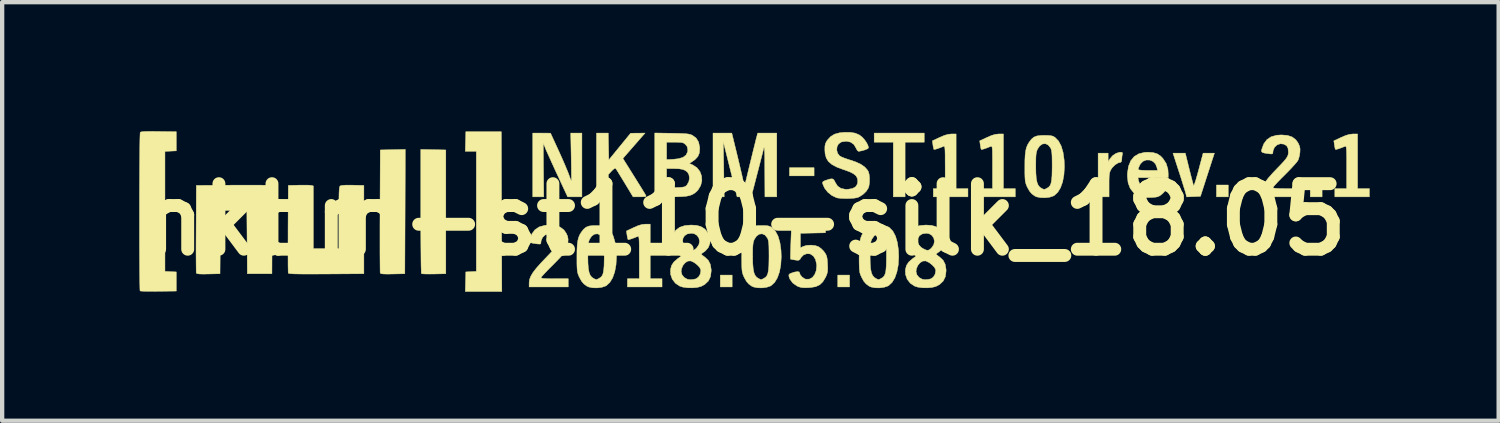
<source format=kicad_pcb>
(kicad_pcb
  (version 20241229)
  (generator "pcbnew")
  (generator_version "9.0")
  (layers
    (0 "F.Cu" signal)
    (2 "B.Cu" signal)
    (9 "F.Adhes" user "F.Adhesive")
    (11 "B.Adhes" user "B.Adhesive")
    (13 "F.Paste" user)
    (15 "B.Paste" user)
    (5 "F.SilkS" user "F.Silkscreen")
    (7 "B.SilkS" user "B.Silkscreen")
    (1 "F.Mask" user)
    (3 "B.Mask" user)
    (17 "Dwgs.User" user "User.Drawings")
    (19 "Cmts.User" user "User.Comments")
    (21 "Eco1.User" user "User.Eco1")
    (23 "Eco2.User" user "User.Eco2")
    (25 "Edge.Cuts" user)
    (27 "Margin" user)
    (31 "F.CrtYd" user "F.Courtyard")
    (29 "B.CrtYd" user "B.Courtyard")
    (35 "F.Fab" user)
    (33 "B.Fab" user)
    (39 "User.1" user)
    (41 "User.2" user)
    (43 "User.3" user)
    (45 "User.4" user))
  (footprint "nkbm-st110-silk_18.05"
    (layer "F.Cu")
    (at 14.268 2.055)
    (property "Reference" "nkbm-st110-silk_18.05" (at 0 0 0) (layer "F.SilkS") (effects (font (size 1.524 1.524) (thickness 0.3))))
    (attr through_hole)
    (fp_poly (pts (xy -0.296 1.566) (xy -0.572 1.566) (xy -0.572 1.291) (xy -0.296 1.291) (xy -0.296 1.566)) (stroke (width 0.01) (type solid)) (fill yes) (layer "F.SilkS"))
    (fp_poly (pts (xy 1.609 -1.016) (xy 1.037 -1.016) (xy 1.037 -1.206) (xy 1.609 -1.206) (xy 1.609 -1.016)) (stroke (width 0.01) (type solid)) (fill yes) (layer "F.SilkS"))
    (fp_poly (pts (xy 2.434 1.566) (xy 2.159 1.566) (xy 2.159 1.291) (xy 2.434 1.291) (xy 2.434 1.566)) (stroke (width 0.01) (type solid)) (fill yes) (layer "F.SilkS"))
    (fp_poly (pts (xy 11.239 -0.529) (xy 10.964 -0.529) (xy 10.964 -0.804) (xy 11.239 -0.804) (xy 11.239 -0.529)) (stroke (width 0.01) (type solid)) (fill yes) (layer "F.SilkS"))
    (fp_poly (pts (xy 13.42 -0.529) (xy 13.145 -0.529) (xy 13.145 -0.804) (xy 13.42 -0.804) (xy 13.42 -0.529)) (stroke (width 0.01) (type solid)) (fill yes) (layer "F.SilkS"))
    (fp_poly (pts (xy 4.17 -1.799) (xy 3.725 -1.799) (xy 3.725 -0.529) (xy 3.45 -0.529) (xy 3.45 -1.799) (xy 3.006 -1.799) (xy 3.006 -2.011) (xy 4.17 -2.011) (xy 4.17 -1.799)) (stroke (width 0.01) (type solid)) (fill yes) (layer "F.SilkS"))
    (fp_poly (pts (xy -5.657 -0.185) (xy -5.651 1.672) (xy -6.5 1.672) (xy -6.494 1.445) (xy -6.488 1.217) (xy -6.366 1.211) (xy -6.244 1.204) (xy -6.244 -1.587) (xy -6.5 -1.587) (xy -6.494 -1.815) (xy -6.488 -2.043) (xy -5.662 -2.043) (xy -5.657 -0.185)) (stroke (width 0.01) (type solid)) (fill yes) (layer "F.SilkS"))
    (fp_poly (pts (xy -6.953 -1.619) (xy -6.953 1.259) (xy -7.23 1.265) (xy -7.334 1.266) (xy -7.422 1.265) (xy -7.487 1.262) (xy -7.519 1.257) (xy -7.521 1.256) (xy -7.523 1.233) (xy -7.525 1.171) (xy -7.528 1.074) (xy -7.53 0.945) (xy -7.531 0.787) (xy -7.533 0.605) (xy -7.534 0.401) (xy -7.535 0.179) (xy -7.535 -0.057) (xy -7.535 -0.195) (xy -7.535 -1.631) (xy -6.953 -1.619)) (stroke (width 0.01) (type solid)) (fill yes) (layer "F.SilkS"))
    (fp_poly (pts (xy -7.9 -0.186) (xy -7.906 1.259) (xy -8.187 1.265) (xy -8.308 1.267) (xy -8.393 1.265) (xy -8.446 1.26) (xy -8.473 1.25) (xy -8.478 1.244) (xy -8.48 1.219) (xy -8.481 1.155) (xy -8.482 1.056) (xy -8.483 0.925) (xy -8.484 0.765) (xy -8.484 0.582) (xy -8.484 0.377) (xy -8.484 0.155) (xy -8.483 -0.081) (xy -8.483 -0.201) (xy -8.477 -1.619) (xy -8.186 -1.625) (xy -7.895 -1.631) (xy -7.9 -0.186)) (stroke (width 0.01) (type solid)) (fill yes) (layer "F.SilkS"))
    (fp_poly (pts (xy 10.33 -1.18) (xy 10.36 -1.06) (xy 10.387 -0.954) (xy 10.41 -0.869) (xy 10.426 -0.811) (xy 10.433 -0.789) (xy 10.442 -0.8) (xy 10.46 -0.847) (xy 10.485 -0.923) (xy 10.514 -1.023) (xy 10.547 -1.141) (xy 10.55 -1.154) (xy 10.654 -1.545) (xy 10.917 -1.545) (xy 10.754 -1.042) (xy 10.592 -0.54) (xy 10.431 -0.534) (xy 10.271 -0.527) (xy 10.248 -0.618) (xy 10.234 -0.666) (xy 10.209 -0.746) (xy 10.176 -0.851) (xy 10.138 -0.974) (xy 10.096 -1.105) (xy 10.088 -1.127) (xy 9.953 -1.545) (xy 10.24 -1.545) (xy 10.33 -1.18)) (stroke (width 0.01) (type solid)) (fill yes) (layer "F.SilkS"))
    (fp_poly (pts (xy -2.201 1.376) (xy -1.926 1.376) (xy -1.926 1.566) (xy -2.731 1.566) (xy -2.731 1.376) (xy -2.455 1.376) (xy -2.455 0.876) (xy -2.456 0.718) (xy -2.456 0.598) (xy -2.458 0.51) (xy -2.461 0.45) (xy -2.466 0.413) (xy -2.473 0.395) (xy -2.482 0.39) (xy -2.492 0.392) (xy -2.577 0.426) (xy -2.649 0.452) (xy -2.699 0.465) (xy -2.717 0.465) (xy -2.725 0.44) (xy -2.736 0.388) (xy -2.74 0.36) (xy -2.753 0.265) (xy -2.584 0.185) (xy -2.477 0.139) (xy -2.391 0.114) (xy -2.314 0.106) (xy -2.308 0.106) (xy -2.201 0.106) (xy -2.201 1.376)) (stroke (width 0.01) (type solid)) (fill yes) (layer "F.SilkS"))
    (fp_poly (pts (xy 4.911 -0.72) (xy 5.186 -0.72) (xy 5.186 -0.529) (xy 4.381 -0.529) (xy 4.381 -0.72) (xy 4.657 -0.72) (xy 4.657 -1.219) (xy 4.656 -1.377) (xy 4.656 -1.498) (xy 4.654 -1.586) (xy 4.651 -1.645) (xy 4.646 -1.682) (xy 4.639 -1.701) (xy 4.63 -1.706) (xy 4.62 -1.703) (xy 4.535 -1.669) (xy 4.463 -1.644) (xy 4.413 -1.63) (xy 4.395 -1.63) (xy 4.387 -1.656) (xy 4.376 -1.708) (xy 4.372 -1.736) (xy 4.359 -1.831) (xy 4.528 -1.91) (xy 4.635 -1.956) (xy 4.721 -1.981) (xy 4.798 -1.99) (xy 4.804 -1.99) (xy 4.911 -1.99) (xy 4.911 -0.72)) (stroke (width 0.01) (type solid)) (fill yes) (layer "F.SilkS"))
    (fp_poly (pts (xy 6.011 -0.72) (xy 6.287 -0.72) (xy 6.287 -0.529) (xy 5.482 -0.529) (xy 5.482 -0.72) (xy 5.757 -0.72) (xy 5.757 -1.219) (xy 5.757 -1.377) (xy 5.756 -1.498) (xy 5.755 -1.586) (xy 5.752 -1.645) (xy 5.747 -1.682) (xy 5.74 -1.701) (xy 5.731 -1.706) (xy 5.72 -1.703) (xy 5.635 -1.669) (xy 5.564 -1.644) (xy 5.514 -1.63) (xy 5.496 -1.63) (xy 5.487 -1.656) (xy 5.477 -1.708) (xy 5.473 -1.736) (xy 5.459 -1.831) (xy 5.629 -1.91) (xy 5.736 -1.956) (xy 5.822 -1.981) (xy 5.899 -1.99) (xy 5.904 -1.99) (xy 6.011 -1.99) (xy 6.011 -0.72)) (stroke (width 0.01) (type solid)) (fill yes) (layer "F.SilkS"))
    (fp_poly (pts (xy 8.771 -1.562) (xy 8.781 -1.541) (xy 8.776 -1.519) (xy 8.767 -1.462) (xy 8.763 -1.402) (xy 8.757 -1.355) (xy 8.742 -1.334) (xy 8.74 -1.333) (xy 8.677 -1.317) (xy 8.607 -1.273) (xy 8.545 -1.212) (xy 8.519 -1.175) (xy 8.497 -1.136) (xy 8.483 -1.097) (xy 8.474 -1.05) (xy 8.469 -0.986) (xy 8.467 -0.895) (xy 8.467 -0.808) (xy 8.467 -0.529) (xy 8.213 -0.529) (xy 8.213 -1.545) (xy 8.445 -1.545) (xy 8.446 -1.445) (xy 8.446 -1.344) (xy 8.488 -1.413) (xy 8.549 -1.485) (xy 8.629 -1.539) (xy 8.711 -1.565) (xy 8.728 -1.566) (xy 8.771 -1.562)) (stroke (width 0.01) (type solid)) (fill yes) (layer "F.SilkS"))
    (fp_poly (pts (xy 14.245 -0.72) (xy 14.52 -0.72) (xy 14.52 -0.529) (xy 13.716 -0.529) (xy 13.716 -0.72) (xy 13.991 -0.72) (xy 13.991 -1.219) (xy 13.991 -1.377) (xy 13.99 -1.498) (xy 13.988 -1.586) (xy 13.985 -1.645) (xy 13.981 -1.682) (xy 13.974 -1.701) (xy 13.964 -1.706) (xy 13.954 -1.703) (xy 13.869 -1.669) (xy 13.797 -1.644) (xy 13.748 -1.63) (xy 13.73 -1.63) (xy 13.721 -1.656) (xy 13.711 -1.708) (xy 13.707 -1.736) (xy 13.693 -1.831) (xy 13.862 -1.91) (xy 13.97 -1.956) (xy 14.056 -1.981) (xy 14.133 -1.99) (xy 14.138 -1.99) (xy 14.245 -1.99) (xy 14.245 -0.72)) (stroke (width 0.01) (type solid)) (fill yes) (layer "F.SilkS"))
    (fp_poly (pts (xy -11.4 -0.801) (xy -11.265 -0.8) (xy -11.156 -0.799) (xy -11.078 -0.797) (xy -11.037 -0.795) (xy -11.033 -0.794) (xy -10.985 -0.782) (xy -10.991 0.239) (xy -10.996 1.259) (xy -11.568 1.259) (xy -11.573 0.524) (xy -11.579 -0.212) (xy -12.191 -0.212) (xy -12.197 0.524) (xy -12.203 1.259) (xy -12.473 1.265) (xy -12.592 1.267) (xy -12.674 1.265) (xy -12.725 1.259) (xy -12.75 1.249) (xy -12.754 1.244) (xy -12.756 1.218) (xy -12.757 1.154) (xy -12.758 1.056) (xy -12.759 0.929) (xy -12.76 0.776) (xy -12.76 0.602) (xy -12.759 0.411) (xy -12.758 0.212) (xy -12.753 -0.794) (xy -11.917 -0.8) (xy -11.731 -0.801) (xy -11.557 -0.801) (xy -11.4 -0.801)) (stroke (width 0.01) (type solid)) (fill yes) (layer "F.SilkS"))
    (fp_poly (pts (xy -3.17 -1.699) (xy -3.164 -1.387) (xy -2.656 -2.008) (xy -2.321 -2.011) (xy -2.363 -1.963) (xy -2.391 -1.931) (xy -2.441 -1.874) (xy -2.507 -1.798) (xy -2.583 -1.711) (xy -2.621 -1.668) (xy -2.836 -1.421) (xy -2.582 -1.016) (xy -2.508 -0.897) (xy -2.44 -0.788) (xy -2.382 -0.695) (xy -2.338 -0.623) (xy -2.312 -0.579) (xy -2.306 -0.57) (xy -2.298 -0.549) (xy -2.305 -0.537) (xy -2.336 -0.531) (xy -2.399 -0.529) (xy -2.442 -0.529) (xy -2.6 -0.529) (xy -2.795 -0.852) (xy -2.859 -0.957) (xy -2.916 -1.05) (xy -2.962 -1.125) (xy -2.994 -1.174) (xy -3.007 -1.193) (xy -3.028 -1.189) (xy -3.067 -1.16) (xy -3.098 -1.129) (xy -3.174 -1.048) (xy -3.174 -0.788) (xy -3.175 -0.529) (xy -3.45 -0.529) (xy -3.45 -2.011) (xy -3.176 -2.011) (xy -3.17 -1.699)) (stroke (width 0.01) (type solid)) (fill yes) (layer "F.SilkS"))
    (fp_poly (pts (xy -3.789 -0.529) (xy -4.121 -0.529) (xy -4.35 -1.021) (xy -4.416 -1.163) (xy -4.478 -1.299) (xy -4.534 -1.423) (xy -4.581 -1.527) (xy -4.616 -1.605) (xy -4.631 -1.64) (xy -4.657 -1.706) (xy -4.677 -1.753) (xy -4.685 -1.771) (xy -4.686 -1.752) (xy -4.686 -1.695) (xy -4.686 -1.607) (xy -4.685 -1.491) (xy -4.684 -1.355) (xy -4.683 -1.201) (xy -4.682 -1.152) (xy -4.676 -0.529) (xy -4.932 -0.529) (xy -4.932 -2.011) (xy -4.519 -2.01) (xy -4.341 -1.624) (xy -4.281 -1.492) (xy -4.223 -1.361) (xy -4.171 -1.24) (xy -4.129 -1.139) (xy -4.101 -1.069) (xy -4.073 -0.992) (xy -4.05 -0.931) (xy -4.036 -0.898) (xy -4.034 -0.894) (xy -4.033 -0.913) (xy -4.032 -0.968) (xy -4.033 -1.055) (xy -4.034 -1.168) (xy -4.036 -1.302) (xy -4.038 -1.449) (xy -4.049 -2.011) (xy -3.789 -2.011) (xy -3.789 -0.529)) (stroke (width 0.01) (type solid)) (fill yes) (layer "F.SilkS"))
    (fp_poly (pts (xy -10.18 -0.801) (xy -10.112 -0.798) (xy -10.081 -0.794) (xy -10.033 -0.782) (xy -10.033 0.677) (xy -9.44 0.677) (xy -9.44 -0.04) (xy -9.44 -0.239) (xy -9.439 -0.4) (xy -9.437 -0.527) (xy -9.435 -0.623) (xy -9.431 -0.693) (xy -9.426 -0.739) (xy -9.419 -0.768) (xy -9.411 -0.781) (xy -9.373 -0.793) (xy -9.293 -0.8) (xy -9.171 -0.801) (xy -9.12 -0.8) (xy -8.858 -0.794) (xy -8.858 1.259) (xy -9.732 1.265) (xy -9.957 1.266) (xy -10.142 1.266) (xy -10.292 1.266) (xy -10.408 1.264) (xy -10.496 1.262) (xy -10.557 1.258) (xy -10.595 1.253) (xy -10.613 1.247) (xy -10.616 1.244) (xy -10.618 1.218) (xy -10.619 1.154) (xy -10.621 1.056) (xy -10.621 0.928) (xy -10.622 0.776) (xy -10.622 0.602) (xy -10.621 0.411) (xy -10.621 0.212) (xy -10.615 -0.794) (xy -10.372 -0.8) (xy -10.27 -0.801) (xy -10.18 -0.801)) (stroke (width 0.01) (type solid)) (fill yes) (layer "F.SilkS"))
    (fp_poly (pts (xy -13.713 -2.049) (xy -13.63 -2.048) (xy -13.219 -2.043) (xy -13.219 -1.598) (xy -13.351 -1.592) (xy -13.483 -1.585) (xy -13.483 1.204) (xy -13.351 1.211) (xy -13.219 1.217) (xy -13.219 1.662) (xy -13.633 1.667) (xy -13.761 1.668) (xy -13.875 1.668) (xy -13.967 1.666) (xy -14.031 1.663) (xy -14.06 1.659) (xy -14.061 1.658) (xy -14.064 1.635) (xy -14.066 1.573) (xy -14.068 1.477) (xy -14.07 1.349) (xy -14.072 1.193) (xy -14.073 1.015) (xy -14.074 0.816) (xy -14.075 0.601) (xy -14.075 0.373) (xy -14.075 0.137) (xy -14.075 -0.104) (xy -14.075 -0.346) (xy -14.075 -0.586) (xy -14.074 -0.82) (xy -14.073 -1.044) (xy -14.072 -1.254) (xy -14.07 -1.446) (xy -14.069 -1.617) (xy -14.067 -1.764) (xy -14.065 -1.882) (xy -14.062 -1.967) (xy -14.06 -2.016) (xy -14.058 -2.027) (xy -14.042 -2.037) (xy -14.003 -2.044) (xy -13.939 -2.048) (xy -13.843 -2.05) (xy -13.713 -2.049)) (stroke (width 0.01) (type solid)) (fill yes) (layer "F.SilkS"))
    (fp_poly (pts (xy -0.194 -1.561) (xy -0.159 -1.416) (xy -0.125 -1.273) (xy -0.094 -1.141) (xy -0.068 -1.03) (xy -0.05 -0.949) (xy -0.047 -0.938) (xy -0.01 -0.764) (xy 0.122 -1.309) (xy 0.159 -1.459) (xy 0.193 -1.599) (xy 0.224 -1.723) (xy 0.249 -1.825) (xy 0.267 -1.897) (xy 0.277 -1.932) (xy 0.298 -2.011) (xy 0.741 -2.011) (xy 0.741 -0.529) (xy 0.466 -0.529) (xy 0.463 -1.138) (xy 0.462 -1.319) (xy 0.461 -1.461) (xy 0.458 -1.565) (xy 0.455 -1.634) (xy 0.45 -1.669) (xy 0.445 -1.674) (xy 0.44 -1.662) (xy 0.426 -1.607) (xy 0.405 -1.523) (xy 0.377 -1.416) (xy 0.346 -1.294) (xy 0.312 -1.162) (xy 0.277 -1.029) (xy 0.244 -0.901) (xy 0.214 -0.784) (xy 0.188 -0.686) (xy 0.169 -0.612) (xy 0.158 -0.571) (xy 0.156 -0.566) (xy 0.144 -0.547) (xy 0.116 -0.536) (xy 0.063 -0.53) (xy -0.018 -0.529) (xy -0.181 -0.529) (xy -0.341 -1.169) (xy -0.501 -1.81) (xy -0.491 -1.169) (xy -0.481 -0.529) (xy -0.741 -0.529) (xy -0.741 -2.011) (xy -0.304 -2.011) (xy -0.194 -1.561)) (stroke (width 0.01) (type solid)) (fill yes) (layer "F.SilkS"))
    (fp_poly (pts (xy -4.403 0.139) (xy -4.293 0.176) (xy -4.208 0.24) (xy -4.153 0.319) (xy -4.122 0.388) (xy -4.11 0.454) (xy -4.113 0.531) (xy -4.125 0.612) (xy -4.146 0.688) (xy -4.159 0.72) (xy -4.186 0.757) (xy -4.238 0.818) (xy -4.308 0.895) (xy -4.392 0.982) (xy -4.468 1.059) (xy -4.556 1.146) (xy -4.632 1.225) (xy -4.691 1.288) (xy -4.729 1.333) (xy -4.741 1.352) (xy -4.725 1.362) (xy -4.673 1.37) (xy -4.585 1.374) (xy -4.457 1.376) (xy -4.424 1.376) (xy -4.106 1.376) (xy -4.106 1.566) (xy -5.016 1.566) (xy -5.016 1.464) (xy -5.007 1.394) (xy -4.978 1.318) (xy -4.927 1.231) (xy -4.849 1.13) (xy -4.743 1.011) (xy -4.647 0.91) (xy -4.551 0.81) (xy -4.481 0.734) (xy -4.433 0.676) (xy -4.404 0.629) (xy -4.388 0.587) (xy -4.382 0.545) (xy -4.381 0.523) (xy -4.391 0.436) (xy -4.423 0.379) (xy -4.483 0.343) (xy -4.487 0.342) (xy -4.57 0.333) (xy -4.645 0.359) (xy -4.704 0.414) (xy -4.737 0.491) (xy -4.741 0.531) (xy -4.745 0.558) (xy -4.762 0.569) (xy -4.803 0.568) (xy -4.847 0.563) (xy -4.932 0.55) (xy -4.982 0.536) (xy -5.004 0.517) (xy -5.007 0.488) (xy -5.003 0.469) (xy -4.955 0.337) (xy -4.882 0.238) (xy -4.783 0.171) (xy -4.655 0.135) (xy -4.544 0.127) (xy -4.403 0.139)) (stroke (width 0.01) (type solid)) (fill yes) (layer "F.SilkS"))
    (fp_poly (pts (xy 12.615 -1.957) (xy 12.725 -1.92) (xy 12.81 -1.855) (xy 12.865 -1.777) (xy 12.896 -1.707) (xy 12.908 -1.642) (xy 12.905 -1.564) (xy 12.893 -1.483) (xy 12.872 -1.407) (xy 12.859 -1.376) (xy 12.832 -1.338) (xy 12.78 -1.278) (xy 12.71 -1.201) (xy 12.626 -1.113) (xy 12.55 -1.037) (xy 12.462 -0.949) (xy 12.386 -0.871) (xy 12.327 -0.807) (xy 12.289 -0.763) (xy 12.277 -0.744) (xy 12.293 -0.733) (xy 12.345 -0.726) (xy 12.433 -0.722) (xy 12.561 -0.72) (xy 12.594 -0.72) (xy 12.912 -0.72) (xy 12.912 -0.529) (xy 12.002 -0.529) (xy 12.002 -0.631) (xy 12.011 -0.702) (xy 12.04 -0.778) (xy 12.091 -0.864) (xy 12.169 -0.965) (xy 12.275 -1.085) (xy 12.371 -1.185) (xy 12.467 -1.285) (xy 12.537 -1.361) (xy 12.585 -1.42) (xy 12.614 -1.467) (xy 12.63 -1.508) (xy 12.636 -1.55) (xy 12.636 -1.572) (xy 12.627 -1.66) (xy 12.595 -1.717) (xy 12.535 -1.752) (xy 12.531 -1.754) (xy 12.448 -1.763) (xy 12.373 -1.736) (xy 12.314 -1.682) (xy 12.281 -1.605) (xy 12.277 -1.565) (xy 12.273 -1.538) (xy 12.256 -1.526) (xy 12.215 -1.527) (xy 12.171 -1.533) (xy 12.086 -1.545) (xy 12.036 -1.559) (xy 12.014 -1.578) (xy 12.011 -1.607) (xy 12.015 -1.627) (xy 12.063 -1.759) (xy 12.136 -1.858) (xy 12.235 -1.925) (xy 12.363 -1.961) (xy 12.474 -1.968) (xy 12.615 -1.957)) (stroke (width 0.01) (type solid)) (fill yes) (layer "F.SilkS"))
    (fp_poly (pts (xy 9.489 -1.558) (xy 9.585 -1.53) (xy 9.665 -1.477) (xy 9.719 -1.421) (xy 9.795 -1.304) (xy 9.835 -1.173) (xy 9.842 -1.072) (xy 9.842 -0.974) (xy 9.139 -0.974) (xy 9.152 -0.905) (xy 9.188 -0.81) (xy 9.25 -0.74) (xy 9.329 -0.699) (xy 9.418 -0.693) (xy 9.475 -0.709) (xy 9.545 -0.757) (xy 9.574 -0.804) (xy 9.598 -0.848) (xy 9.625 -0.868) (xy 9.626 -0.868) (xy 9.678 -0.862) (xy 9.74 -0.847) (xy 9.796 -0.827) (xy 9.834 -0.807) (xy 9.842 -0.797) (xy 9.827 -0.749) (xy 9.788 -0.688) (xy 9.733 -0.625) (xy 9.682 -0.579) (xy 9.64 -0.55) (xy 9.599 -0.531) (xy 9.547 -0.521) (xy 9.472 -0.515) (xy 9.41 -0.513) (xy 9.303 -0.512) (xy 9.228 -0.519) (xy 9.174 -0.533) (xy 9.155 -0.542) (xy 9.039 -0.624) (xy 8.958 -0.727) (xy 8.91 -0.853) (xy 8.893 -1.006) (xy 8.894 -1.077) (xy 8.908 -1.166) (xy 9.144 -1.166) (xy 9.165 -1.154) (xy 9.228 -1.147) (xy 9.332 -1.143) (xy 9.369 -1.143) (xy 9.594 -1.143) (xy 9.58 -1.211) (xy 9.546 -1.295) (xy 9.487 -1.353) (xy 9.413 -1.384) (xy 9.334 -1.385) (xy 9.259 -1.357) (xy 9.198 -1.296) (xy 9.179 -1.264) (xy 9.156 -1.21) (xy 9.144 -1.171) (xy 9.144 -1.166) (xy 8.908 -1.166) (xy 8.919 -1.238) (xy 8.971 -1.367) (xy 9.051 -1.465) (xy 9.159 -1.53) (xy 9.292 -1.562) (xy 9.366 -1.566) (xy 9.489 -1.558)) (stroke (width 0.01) (type solid)) (fill yes) (layer "F.SilkS"))
    (fp_poly (pts (xy 1.88 0.206) (xy 1.873 0.307) (xy 1.291 0.319) (xy 1.291 0.657) (xy 1.354 0.625) (xy 1.436 0.6) (xy 1.537 0.594) (xy 1.638 0.605) (xy 1.715 0.632) (xy 1.772 0.674) (xy 1.831 0.733) (xy 1.851 0.759) (xy 1.882 0.807) (xy 1.901 0.853) (xy 1.913 0.911) (xy 1.92 0.993) (xy 1.922 1.037) (xy 1.926 1.132) (xy 1.923 1.199) (xy 1.912 1.253) (xy 1.892 1.307) (xy 1.874 1.345) (xy 1.812 1.447) (xy 1.739 1.517) (xy 1.645 1.56) (xy 1.523 1.58) (xy 1.473 1.583) (xy 1.377 1.585) (xy 1.308 1.578) (xy 1.252 1.562) (xy 1.212 1.544) (xy 1.112 1.474) (xy 1.046 1.383) (xy 1.026 1.327) (xy 1.022 1.285) (xy 1.044 1.26) (xy 1.072 1.247) (xy 1.156 1.22) (xy 1.222 1.21) (xy 1.262 1.217) (xy 1.27 1.233) (xy 1.287 1.284) (xy 1.331 1.336) (xy 1.387 1.375) (xy 1.417 1.386) (xy 1.498 1.385) (xy 1.568 1.348) (xy 1.622 1.28) (xy 1.658 1.189) (xy 1.67 1.079) (xy 1.667 1.036) (xy 1.642 0.927) (xy 1.592 0.847) (xy 1.52 0.799) (xy 1.516 0.798) (xy 1.439 0.793) (xy 1.364 0.822) (xy 1.307 0.88) (xy 1.3 0.893) (xy 1.277 0.93) (xy 1.251 0.946) (xy 1.207 0.945) (xy 1.168 0.94) (xy 1.109 0.931) (xy 1.069 0.922) (xy 1.062 0.92) (xy 1.06 0.898) (xy 1.06 0.84) (xy 1.062 0.753) (xy 1.065 0.644) (xy 1.07 0.519) (xy 1.07 0.51) (xy 1.085 0.106) (xy 1.886 0.106) (xy 1.88 0.206)) (stroke (width 0.01) (type solid)) (fill yes) (layer "F.SilkS"))
    (fp_poly (pts (xy -1.699 -2.007) (xy -1.553 -2.004) (xy -1.444 -2) (xy -1.363 -1.995) (xy -1.304 -1.987) (xy -1.261 -1.976) (xy -1.226 -1.962) (xy -1.223 -1.961) (xy -1.133 -1.895) (xy -1.076 -1.801) (xy -1.051 -1.68) (xy -1.05 -1.65) (xy -1.059 -1.547) (xy -1.093 -1.466) (xy -1.158 -1.396) (xy -1.213 -1.357) (xy -1.291 -1.305) (xy -1.211 -1.27) (xy -1.113 -1.205) (xy -1.045 -1.117) (xy -1.007 -1.013) (xy -1 -0.902) (xy -1.027 -0.792) (xy -1.088 -0.69) (xy -1.12 -0.655) (xy -1.17 -0.613) (xy -1.222 -0.582) (xy -1.284 -0.559) (xy -1.362 -0.543) (xy -1.464 -0.534) (xy -1.595 -0.53) (xy -1.733 -0.529) (xy -2.095 -0.529) (xy -2.095 -1.185) (xy -1.82 -1.185) (xy -1.82 -0.737) (xy -1.607 -0.744) (xy -1.509 -0.748) (xy -1.444 -0.754) (xy -1.402 -0.763) (xy -1.373 -0.779) (xy -1.348 -0.804) (xy -1.342 -0.811) (xy -1.303 -0.882) (xy -1.289 -0.964) (xy -1.301 -1.044) (xy -1.334 -1.102) (xy -1.385 -1.142) (xy -1.447 -1.167) (xy -1.53 -1.181) (xy -1.644 -1.185) (xy -1.652 -1.185) (xy -1.82 -1.185) (xy -2.095 -1.185) (xy -2.095 -1.799) (xy -1.82 -1.799) (xy -1.82 -1.397) (xy -1.73 -1.398) (xy -1.651 -1.403) (xy -1.563 -1.413) (xy -1.538 -1.416) (xy -1.436 -1.448) (xy -1.366 -1.503) (xy -1.331 -1.578) (xy -1.327 -1.623) (xy -1.342 -1.697) (xy -1.386 -1.751) (xy -1.418 -1.775) (xy -1.455 -1.789) (xy -1.508 -1.796) (xy -1.588 -1.799) (xy -1.631 -1.799) (xy -1.82 -1.799) (xy -2.095 -1.799) (xy -2.095 -2.013) (xy -1.699 -2.007)) (stroke (width 0.01) (type solid)) (fill yes) (layer "F.SilkS"))
    (fp_poly (pts (xy -3.36 0.139) (xy -3.296 0.145) (xy -3.249 0.159) (xy -3.209 0.181) (xy -3.201 0.187) (xy -3.122 0.268) (xy -3.06 0.385) (xy -3.016 0.535) (xy -2.991 0.713) (xy -2.985 0.868) (xy -2.996 1.052) (xy -3.026 1.216) (xy -3.075 1.354) (xy -3.14 1.462) (xy -3.22 1.535) (xy -3.239 1.545) (xy -3.325 1.574) (xy -3.428 1.588) (xy -3.534 1.586) (xy -3.627 1.568) (xy -3.672 1.548) (xy -3.742 1.497) (xy -3.795 1.436) (xy -3.844 1.349) (xy -3.857 1.322) (xy -3.875 1.279) (xy -3.888 1.236) (xy -3.897 1.185) (xy -3.902 1.118) (xy -3.905 1.027) (xy -3.905 0.903) (xy -3.905 0.878) (xy -3.905 0.857) (xy -3.651 0.857) (xy -3.648 1.016) (xy -3.639 1.138) (xy -3.621 1.23) (xy -3.595 1.296) (xy -3.557 1.342) (xy -3.514 1.37) (xy -3.473 1.39) (xy -3.448 1.394) (xy -3.417 1.381) (xy -3.389 1.366) (xy -3.349 1.34) (xy -3.318 1.304) (xy -3.297 1.252) (xy -3.283 1.179) (xy -3.274 1.079) (xy -3.271 0.946) (xy -3.27 0.847) (xy -3.271 0.712) (xy -3.273 0.612) (xy -3.278 0.54) (xy -3.286 0.489) (xy -3.297 0.451) (xy -3.308 0.428) (xy -3.363 0.36) (xy -3.428 0.331) (xy -3.496 0.339) (xy -3.56 0.384) (xy -3.609 0.455) (xy -3.625 0.494) (xy -3.637 0.538) (xy -3.645 0.594) (xy -3.649 0.672) (xy -3.65 0.779) (xy -3.651 0.857) (xy -3.905 0.857) (xy -3.904 0.72) (xy -3.898 0.596) (xy -3.886 0.5) (xy -3.868 0.423) (xy -3.842 0.358) (xy -3.806 0.298) (xy -3.805 0.296) (xy -3.749 0.224) (xy -3.692 0.177) (xy -3.622 0.15) (xy -3.528 0.139) (xy -3.454 0.138) (xy -3.36 0.139)) (stroke (width 0.01) (type solid)) (fill yes) (layer "F.SilkS"))
    (fp_poly (pts (xy 0.472 0.139) (xy 0.536 0.145) (xy 0.582 0.159) (xy 0.622 0.181) (xy 0.63 0.187) (xy 0.709 0.268) (xy 0.771 0.385) (xy 0.815 0.535) (xy 0.84 0.713) (xy 0.846 0.868) (xy 0.835 1.052) (xy 0.805 1.216) (xy 0.756 1.354) (xy 0.691 1.462) (xy 0.611 1.535) (xy 0.593 1.545) (xy 0.507 1.574) (xy 0.403 1.588) (xy 0.297 1.586) (xy 0.205 1.568) (xy 0.159 1.548) (xy 0.089 1.497) (xy 0.036 1.436) (xy -0.013 1.349) (xy -0.026 1.322) (xy -0.044 1.279) (xy -0.057 1.236) (xy -0.066 1.185) (xy -0.071 1.118) (xy -0.073 1.027) (xy -0.074 0.903) (xy -0.074 0.878) (xy -0.074 0.857) (xy 0.18 0.857) (xy 0.183 1.016) (xy 0.193 1.138) (xy 0.21 1.23) (xy 0.237 1.296) (xy 0.274 1.342) (xy 0.318 1.37) (xy 0.358 1.39) (xy 0.383 1.394) (xy 0.414 1.381) (xy 0.443 1.366) (xy 0.483 1.34) (xy 0.513 1.304) (xy 0.534 1.252) (xy 0.548 1.179) (xy 0.557 1.079) (xy 0.56 0.946) (xy 0.561 0.847) (xy 0.56 0.712) (xy 0.558 0.612) (xy 0.553 0.54) (xy 0.545 0.489) (xy 0.534 0.451) (xy 0.523 0.428) (xy 0.468 0.36) (xy 0.403 0.331) (xy 0.335 0.339) (xy 0.271 0.384) (xy 0.223 0.455) (xy 0.206 0.494) (xy 0.194 0.538) (xy 0.187 0.594) (xy 0.182 0.672) (xy 0.181 0.779) (xy 0.18 0.857) (xy -0.074 0.857) (xy -0.072 0.72) (xy -0.067 0.596) (xy -0.055 0.5) (xy -0.037 0.423) (xy -0.011 0.358) (xy 0.025 0.298) (xy 0.026 0.296) (xy 0.082 0.224) (xy 0.14 0.177) (xy 0.209 0.15) (xy 0.303 0.139) (xy 0.377 0.138) (xy 0.472 0.139)) (stroke (width 0.01) (type solid)) (fill yes) (layer "F.SilkS"))
    (fp_poly (pts (xy 3.202 0.139) (xy 3.266 0.145) (xy 3.312 0.159) (xy 3.353 0.181) (xy 3.361 0.187) (xy 3.44 0.268) (xy 3.502 0.385) (xy 3.546 0.535) (xy 3.571 0.713) (xy 3.577 0.868) (xy 3.566 1.052) (xy 3.535 1.216) (xy 3.487 1.354) (xy 3.421 1.462) (xy 3.342 1.535) (xy 3.323 1.545) (xy 3.237 1.574) (xy 3.133 1.588) (xy 3.027 1.586) (xy 2.935 1.568) (xy 2.889 1.548) (xy 2.82 1.497) (xy 2.766 1.436) (xy 2.718 1.349) (xy 2.705 1.322) (xy 2.686 1.279) (xy 2.673 1.236) (xy 2.665 1.185) (xy 2.66 1.118) (xy 2.657 1.027) (xy 2.656 0.903) (xy 2.656 0.878) (xy 2.657 0.857) (xy 2.911 0.857) (xy 2.914 1.016) (xy 2.923 1.138) (xy 2.94 1.23) (xy 2.967 1.296) (xy 3.005 1.342) (xy 3.048 1.37) (xy 3.088 1.39) (xy 3.114 1.394) (xy 3.145 1.381) (xy 3.173 1.366) (xy 3.213 1.34) (xy 3.243 1.304) (xy 3.265 1.252) (xy 3.279 1.179) (xy 3.287 1.079) (xy 3.291 0.946) (xy 3.291 0.847) (xy 3.291 0.712) (xy 3.288 0.612) (xy 3.284 0.54) (xy 3.276 0.489) (xy 3.265 0.451) (xy 3.253 0.428) (xy 3.199 0.36) (xy 3.134 0.331) (xy 3.066 0.339) (xy 3.002 0.384) (xy 2.953 0.455) (xy 2.936 0.494) (xy 2.925 0.538) (xy 2.917 0.594) (xy 2.913 0.672) (xy 2.911 0.779) (xy 2.911 0.857) (xy 2.657 0.857) (xy 2.658 0.72) (xy 2.664 0.596) (xy 2.675 0.5) (xy 2.694 0.423) (xy 2.72 0.358) (xy 2.756 0.298) (xy 2.757 0.296) (xy 2.813 0.224) (xy 2.87 0.177) (xy 2.94 0.15) (xy 3.033 0.139) (xy 3.108 0.138) (xy 3.202 0.139)) (stroke (width 0.01) (type solid)) (fill yes) (layer "F.SilkS"))
    (fp_poly (pts (xy 7.054 -1.956) (xy 7.118 -1.95) (xy 7.165 -1.937) (xy 7.205 -1.914) (xy 7.213 -1.908) (xy 7.292 -1.827) (xy 7.354 -1.71) (xy 7.398 -1.561) (xy 7.423 -1.382) (xy 7.429 -1.228) (xy 7.418 -1.043) (xy 7.388 -0.879) (xy 7.339 -0.741) (xy 7.274 -0.634) (xy 7.194 -0.561) (xy 7.175 -0.55) (xy 7.089 -0.521) (xy 6.986 -0.508) (xy 6.88 -0.51) (xy 6.787 -0.527) (xy 6.742 -0.547) (xy 6.672 -0.598) (xy 6.619 -0.66) (xy 6.57 -0.746) (xy 6.557 -0.773) (xy 6.539 -0.817) (xy 6.526 -0.86) (xy 6.517 -0.911) (xy 6.512 -0.978) (xy 6.509 -1.069) (xy 6.509 -1.193) (xy 6.509 -1.217) (xy 6.509 -1.238) (xy 6.763 -1.238) (xy 6.766 -1.079) (xy 6.775 -0.957) (xy 6.793 -0.866) (xy 6.819 -0.8) (xy 6.857 -0.754) (xy 6.9 -0.725) (xy 6.941 -0.706) (xy 6.966 -0.702) (xy 6.997 -0.715) (xy 7.025 -0.729) (xy 7.065 -0.756) (xy 7.096 -0.792) (xy 7.117 -0.843) (xy 7.131 -0.916) (xy 7.14 -1.017) (xy 7.143 -1.15) (xy 7.144 -1.249) (xy 7.143 -1.384) (xy 7.141 -1.483) (xy 7.136 -1.555) (xy 7.128 -1.606) (xy 7.117 -1.644) (xy 7.106 -1.668) (xy 7.051 -1.735) (xy 6.986 -1.765) (xy 6.918 -1.757) (xy 6.854 -1.712) (xy 6.805 -1.64) (xy 6.789 -1.601) (xy 6.777 -1.558) (xy 6.769 -1.501) (xy 6.765 -1.424) (xy 6.764 -1.317) (xy 6.763 -1.238) (xy 6.509 -1.238) (xy 6.51 -1.375) (xy 6.516 -1.499) (xy 6.528 -1.596) (xy 6.546 -1.672) (xy 6.572 -1.737) (xy 6.608 -1.797) (xy 6.609 -1.799) (xy 6.665 -1.872) (xy 6.722 -1.918) (xy 6.792 -1.945) (xy 6.886 -1.956) (xy 6.96 -1.958) (xy 7.054 -1.956)) (stroke (width 0.01) (type solid)) (fill yes) (layer "F.SilkS"))
    (fp_poly (pts (xy -1.123 0.135) (xy -1.024 0.162) (xy -0.945 0.21) (xy -0.906 0.246) (xy -0.84 0.343) (xy -0.809 0.448) (xy -0.812 0.553) (xy -0.85 0.65) (xy -0.92 0.73) (xy -0.945 0.748) (xy -0.989 0.779) (xy -1.014 0.801) (xy -1.015 0.804) (xy -0.999 0.821) (xy -0.958 0.853) (xy -0.929 0.874) (xy -0.851 0.947) (xy -0.804 1.039) (xy -0.784 1.157) (xy -0.783 1.196) (xy -0.799 1.325) (xy -0.849 1.428) (xy -0.934 1.509) (xy -1.021 1.555) (xy -1.108 1.577) (xy -1.218 1.587) (xy -1.335 1.585) (xy -1.443 1.57) (xy -1.515 1.547) (xy -1.615 1.48) (xy -1.688 1.386) (xy -1.727 1.274) (xy -1.728 1.207) (xy -1.482 1.207) (xy -1.462 1.283) (xy -1.411 1.346) (xy -1.337 1.387) (xy -1.273 1.397) (xy -1.203 1.392) (xy -1.142 1.379) (xy -1.135 1.377) (xy -1.078 1.335) (xy -1.038 1.268) (xy -1.024 1.191) (xy -1.027 1.161) (xy -1.055 1.108) (xy -1.11 1.051) (xy -1.178 0.999) (xy -1.247 0.965) (xy -1.261 0.961) (xy -1.325 0.965) (xy -1.386 1.002) (xy -1.438 1.063) (xy -1.472 1.14) (xy -1.482 1.207) (xy -1.728 1.207) (xy -1.729 1.161) (xy -1.704 1.066) (xy -1.651 0.986) (xy -1.566 0.912) (xy -1.482 0.851) (xy -1.553 0.797) (xy -1.635 0.712) (xy -1.68 0.607) (xy -1.688 0.506) (xy -1.447 0.506) (xy -1.424 0.578) (xy -1.367 0.643) (xy -1.317 0.676) (xy -1.25 0.708) (xy -1.203 0.715) (xy -1.161 0.695) (xy -1.12 0.658) (xy -1.07 0.584) (xy -1.054 0.505) (xy -1.07 0.429) (xy -1.113 0.367) (xy -1.181 0.327) (xy -1.245 0.318) (xy -1.337 0.333) (xy -1.402 0.375) (xy -1.439 0.436) (xy -1.447 0.506) (xy -1.688 0.506) (xy -1.69 0.479) (xy -1.689 0.467) (xy -1.663 0.343) (xy -1.606 0.247) (xy -1.516 0.179) (xy -1.395 0.139) (xy -1.252 0.127) (xy -1.123 0.135)) (stroke (width 0.01) (type solid)) (fill yes) (layer "F.SilkS"))
    (fp_poly (pts (xy 4.338 0.135) (xy 4.437 0.162) (xy 4.516 0.21) (xy 4.555 0.246) (xy 4.621 0.343) (xy 4.652 0.448) (xy 4.649 0.553) (xy 4.611 0.65) (xy 4.541 0.73) (xy 4.516 0.748) (xy 4.472 0.779) (xy 4.447 0.801) (xy 4.446 0.804) (xy 4.462 0.821) (xy 4.503 0.853) (xy 4.532 0.874) (xy 4.61 0.947) (xy 4.657 1.039) (xy 4.677 1.157) (xy 4.678 1.196) (xy 4.662 1.325) (xy 4.612 1.428) (xy 4.527 1.509) (xy 4.44 1.555) (xy 4.353 1.577) (xy 4.243 1.587) (xy 4.126 1.585) (xy 4.018 1.57) (xy 3.946 1.547) (xy 3.846 1.48) (xy 3.773 1.386) (xy 3.734 1.274) (xy 3.733 1.207) (xy 3.979 1.207) (xy 3.999 1.283) (xy 4.05 1.346) (xy 4.124 1.387) (xy 4.188 1.397) (xy 4.258 1.392) (xy 4.319 1.379) (xy 4.326 1.377) (xy 4.383 1.335) (xy 4.423 1.268) (xy 4.437 1.191) (xy 4.434 1.161) (xy 4.406 1.108) (xy 4.351 1.051) (xy 4.283 0.999) (xy 4.214 0.965) (xy 4.2 0.961) (xy 4.136 0.965) (xy 4.075 1.002) (xy 4.023 1.063) (xy 3.989 1.14) (xy 3.979 1.207) (xy 3.733 1.207) (xy 3.732 1.161) (xy 3.757 1.066) (xy 3.81 0.986) (xy 3.895 0.912) (xy 3.979 0.851) (xy 3.908 0.797) (xy 3.826 0.712) (xy 3.781 0.607) (xy 3.773 0.506) (xy 4.014 0.506) (xy 4.037 0.578) (xy 4.094 0.643) (xy 4.144 0.676) (xy 4.211 0.708) (xy 4.258 0.715) (xy 4.3 0.695) (xy 4.341 0.658) (xy 4.391 0.584) (xy 4.407 0.505) (xy 4.391 0.429) (xy 4.348 0.367) (xy 4.28 0.327) (xy 4.216 0.318) (xy 4.124 0.333) (xy 4.059 0.375) (xy 4.022 0.436) (xy 4.014 0.506) (xy 3.773 0.506) (xy 3.771 0.479) (xy 3.772 0.467) (xy 3.798 0.343) (xy 3.855 0.247) (xy 3.945 0.179) (xy 4.066 0.139) (xy 4.209 0.127) (xy 4.338 0.135)) (stroke (width 0.01) (type solid)) (fill yes) (layer "F.SilkS"))
    (fp_poly (pts (xy 2.456 -2.028) (xy 2.566 -2.009) (xy 2.657 -1.97) (xy 2.722 -1.922) (xy 2.775 -1.865) (xy 2.823 -1.798) (xy 2.858 -1.733) (xy 2.873 -1.68) (xy 2.871 -1.662) (xy 2.847 -1.643) (xy 2.795 -1.622) (xy 2.731 -1.602) (xy 2.669 -1.59) (xy 2.641 -1.587) (xy 2.615 -1.606) (xy 2.59 -1.65) (xy 2.585 -1.661) (xy 2.535 -1.746) (xy 2.459 -1.8) (xy 2.364 -1.822) (xy 2.259 -1.808) (xy 2.234 -1.799) (xy 2.176 -1.757) (xy 2.143 -1.693) (xy 2.136 -1.617) (xy 2.155 -1.543) (xy 2.201 -1.482) (xy 2.206 -1.478) (xy 2.249 -1.455) (xy 2.319 -1.427) (xy 2.401 -1.399) (xy 2.412 -1.396) (xy 2.573 -1.342) (xy 2.697 -1.285) (xy 2.788 -1.221) (xy 2.852 -1.149) (xy 2.87 -1.118) (xy 2.889 -1.053) (xy 2.898 -0.964) (xy 2.897 -0.867) (xy 2.885 -0.779) (xy 2.871 -0.735) (xy 2.821 -0.656) (xy 2.744 -0.583) (xy 2.656 -0.527) (xy 2.609 -0.509) (xy 2.541 -0.498) (xy 2.448 -0.491) (xy 2.344 -0.489) (xy 2.244 -0.493) (xy 2.163 -0.501) (xy 2.133 -0.508) (xy 2.024 -0.559) (xy 1.926 -0.638) (xy 1.851 -0.734) (xy 1.809 -0.832) (xy 1.805 -0.864) (xy 1.821 -0.886) (xy 1.864 -0.907) (xy 1.897 -0.918) (xy 1.977 -0.943) (xy 2.029 -0.948) (xy 2.063 -0.932) (xy 2.089 -0.891) (xy 2.099 -0.868) (xy 2.154 -0.78) (xy 2.234 -0.725) (xy 2.339 -0.703) (xy 2.397 -0.704) (xy 2.504 -0.723) (xy 2.577 -0.764) (xy 2.616 -0.829) (xy 2.625 -0.894) (xy 2.615 -0.961) (xy 2.584 -1.017) (xy 2.526 -1.065) (xy 2.436 -1.111) (xy 2.31 -1.157) (xy 2.295 -1.161) (xy 2.141 -1.218) (xy 2.026 -1.279) (xy 1.944 -1.348) (xy 1.892 -1.431) (xy 1.865 -1.532) (xy 1.859 -1.624) (xy 1.861 -1.707) (xy 1.873 -1.765) (xy 1.898 -1.817) (xy 1.918 -1.847) (xy 1.993 -1.929) (xy 2.083 -1.985) (xy 2.199 -2.017) (xy 2.316 -2.029) (xy 2.456 -2.028)) (stroke (width 0.01) (type solid)) (fill yes) (layer "F.SilkS")))
  (gr_rect
    (start -3 -3)
    (end 31.793 6.732)
    (stroke (width 0.1) (type default))
    (fill no)
    (layer "Edge.Cuts")))
</source>
